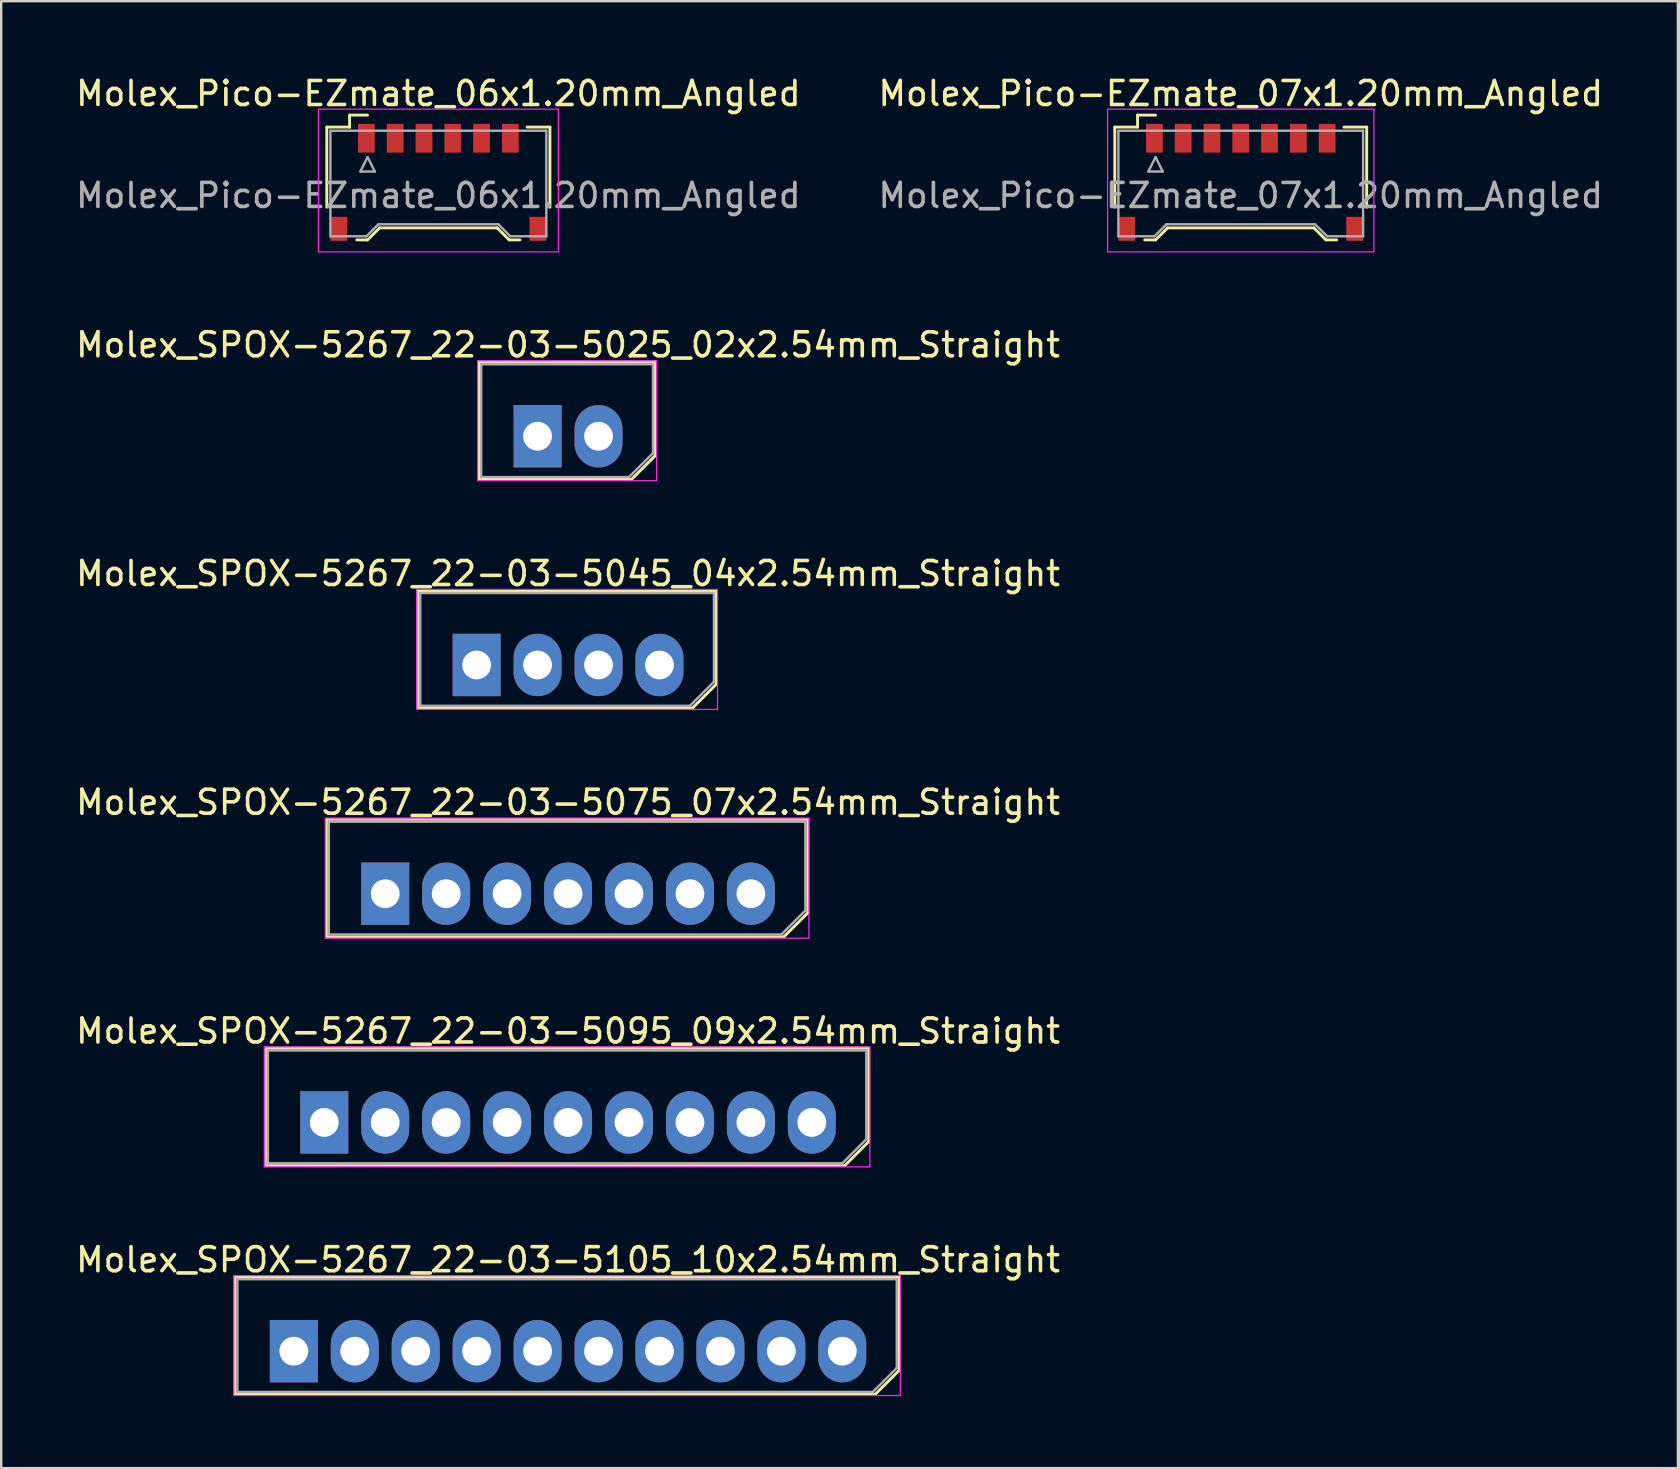
<source format=kicad_pcb>
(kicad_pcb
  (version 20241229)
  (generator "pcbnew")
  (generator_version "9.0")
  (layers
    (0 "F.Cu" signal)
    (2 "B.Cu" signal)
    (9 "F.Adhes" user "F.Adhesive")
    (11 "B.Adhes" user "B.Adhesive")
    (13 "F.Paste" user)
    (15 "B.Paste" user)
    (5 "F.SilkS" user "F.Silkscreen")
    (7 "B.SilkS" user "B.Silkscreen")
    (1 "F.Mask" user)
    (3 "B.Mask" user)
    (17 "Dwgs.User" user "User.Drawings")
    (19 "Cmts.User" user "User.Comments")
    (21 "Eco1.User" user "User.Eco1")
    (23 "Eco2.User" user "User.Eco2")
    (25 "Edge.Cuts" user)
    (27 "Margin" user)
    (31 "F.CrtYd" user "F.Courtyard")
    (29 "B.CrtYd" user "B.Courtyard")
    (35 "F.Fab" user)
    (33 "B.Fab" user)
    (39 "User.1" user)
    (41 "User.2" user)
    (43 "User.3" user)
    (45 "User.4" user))
  (footprint "Molex_SPOX-5267_22-03-5105_10x2.54mm_Straight"
    (layer "F.Cu")
    (at 9.195 53.264)
    (property "Reference" "Molex_SPOX-5267_22-03-5105_10x2.54mm_Straight" (at 11.43 -3.81 0) (layer "F.SilkS") (effects (font (size 1 1) (thickness 0.15))))
    (attr through_hole)
    (fp_line (start -2.45 -3.1) (end -2.45 1.8) (stroke (width 0.12) (type solid)) (layer "F.SilkS"))
    (fp_line (start -2.45 1.8) (end 24.23 1.8) (stroke (width 0.12) (type solid)) (layer "F.SilkS"))
    (fp_line (start 24.23 1.8) (end 25.23 0.8) (stroke (width 0.12) (type solid)) (layer "F.SilkS"))
    (fp_line (start 25.23 -3.1) (end -2.45 -3.1) (stroke (width 0.12) (type solid)) (layer "F.SilkS"))
    (fp_line (start 25.23 0.8) (end 25.23 -3.1) (stroke (width 0.12) (type solid)) (layer "F.SilkS"))
    (fp_line (start -2.5 -3.15) (end 25.28 -3.15) (stroke (width 0.05) (type solid)) (layer "F.CrtYd"))
    (fp_line (start -2.5 1.85) (end -2.5 -3.15) (stroke (width 0.05) (type solid)) (layer "F.CrtYd"))
    (fp_line (start 25.28 -3.15) (end 25.28 1.85) (stroke (width 0.05) (type solid)) (layer "F.CrtYd"))
    (fp_line (start 25.28 1.85) (end -2.5 1.85) (stroke (width 0.05) (type solid)) (layer "F.CrtYd"))
    (fp_line (start -2.35 -3) (end -2.35 1.7) (stroke (width 0.1) (type solid)) (layer "F.Fab"))
    (fp_line (start -2.35 1.7) (end 24.13 1.7) (stroke (width 0.1) (type solid)) (layer "F.Fab"))
    (fp_line (start 24.13 1.7) (end 25.13 0.7) (stroke (width 0.1) (type solid)) (layer "F.Fab"))
    (fp_line (start 25.13 -3) (end -2.35 -3) (stroke (width 0.1) (type solid)) (layer "F.Fab"))
    (fp_line (start 25.13 0.7) (end 25.13 -3) (stroke (width 0.1) (type solid)) (layer "F.Fab"))
    (pad "1" thru_hole rect (at 0 0) (size 2 2.6) (drill 1.2) (layers "*.Cu" "*.Mask"))
    (pad "2" thru_hole oval (at 2.54 0) (size 2 2.6) (drill 1.2) (layers "*.Cu" "*.Mask"))
    (pad "3" thru_hole oval (at 5.08 0) (size 2 2.6) (drill 1.2) (layers "*.Cu" "*.Mask"))
    (pad "4" thru_hole oval (at 7.62 0) (size 2 2.6) (drill 1.2) (layers "*.Cu" "*.Mask"))
    (pad "5" thru_hole oval (at 10.16 0) (size 2 2.6) (drill 1.2) (layers "*.Cu" "*.Mask"))
    (pad "6" thru_hole oval (at 12.7 0) (size 2 2.6) (drill 1.2) (layers "*.Cu" "*.Mask"))
    (pad "7" thru_hole oval (at 15.24 0) (size 2 2.6) (drill 1.2) (layers "*.Cu" "*.Mask"))
    (pad "8" thru_hole oval (at 17.78 0) (size 2 2.6) (drill 1.2) (layers "*.Cu" "*.Mask"))
    (pad "9" thru_hole oval (at 20.32 0) (size 2 2.6) (drill 1.2) (layers "*.Cu" "*.Mask"))
    (pad "10" thru_hole oval (at 22.86 0) (size 2 2.6) (drill 1.2) (layers "*.Cu" "*.Mask")))
  (footprint "Molex_Pico-EZmate_06x1.20mm_Angled"
    (layer "F.Cu")
    (at 15.22 4.598)
    (property "Reference" "Molex_Pico-EZmate_06x1.20mm_Angled" (at 0 -3.75 0) (layer "F.SilkS") (effects (font (size 1 1) (thickness 0.15))))
    (attr smd)
    (fp_line (start -4.65 -2.35) (end -4.65 0.988) (stroke (width 0.12) (type solid)) (layer "F.SilkS"))
    (fp_line (start -3.7 -2.85) (end -2.95 -2.85) (stroke (width 0.12) (type solid)) (layer "F.SilkS"))
    (fp_line (start -3.7 -2.35) (end -4.65 -2.35) (stroke (width 0.12) (type solid)) (layer "F.SilkS"))
    (fp_line (start -3.7 -2.35) (end -3.7 -2.85) (stroke (width 0.12) (type solid)) (layer "F.SilkS"))
    (fp_line (start -3.4 2.35) (end -2.95 2.35) (stroke (width 0.12) (type solid)) (layer "F.SilkS"))
    (fp_line (start -2.95 2.35) (end -2.45 1.85) (stroke (width 0.12) (type solid)) (layer "F.SilkS"))
    (fp_line (start -2.45 1.85) (end 2.45 1.85) (stroke (width 0.12) (type solid)) (layer "F.SilkS"))
    (fp_line (start 2.45 1.85) (end 2.95 2.35) (stroke (width 0.12) (type solid)) (layer "F.SilkS"))
    (fp_line (start 2.95 2.35) (end 3.4 2.35) (stroke (width 0.12) (type solid)) (layer "F.SilkS"))
    (fp_line (start 3.7 -2.35) (end 4.65 -2.35) (stroke (width 0.12) (type solid)) (layer "F.SilkS"))
    (fp_line (start 4.65 -2.35) (end 4.65 0.988) (stroke (width 0.12) (type solid)) (layer "F.SilkS"))
    (fp_line (start -5 -3.1) (end -5 2.85) (stroke (width 0.05) (type solid)) (layer "F.CrtYd"))
    (fp_line (start -5 2.85) (end 5 2.85) (stroke (width 0.05) (type solid)) (layer "F.CrtYd"))
    (fp_line (start 5 -3.1) (end -5 -3.1) (stroke (width 0.05) (type solid)) (layer "F.CrtYd"))
    (fp_line (start 5 2.85) (end 5 -3.1) (stroke (width 0.05) (type solid)) (layer "F.CrtYd"))
    (fp_line (start -4.5 -2.2) (end -4.5 2.2) (stroke (width 0.1) (type solid)) (layer "F.Fab"))
    (fp_line (start -4.5 2.2) (end -3 2.2) (stroke (width 0.1) (type solid)) (layer "F.Fab"))
    (fp_line (start -3.25 -0.5) (end -2.65 -0.5) (stroke (width 0.1) (type solid)) (layer "F.Fab"))
    (fp_line (start -3 2.2) (end -2.5 1.7) (stroke (width 0.1) (type solid)) (layer "F.Fab"))
    (fp_line (start -2.95 -1.1) (end -3.25 -0.5) (stroke (width 0.1) (type solid)) (layer "F.Fab"))
    (fp_line (start -2.65 -0.5) (end -2.95 -1.1) (stroke (width 0.1) (type solid)) (layer "F.Fab"))
    (fp_line (start -2.5 1.7) (end 2.5 1.7) (stroke (width 0.1) (type solid)) (layer "F.Fab"))
    (fp_line (start 2.5 1.7) (end 3 2.2) (stroke (width 0.1) (type solid)) (layer "F.Fab"))
    (fp_line (start 3 2.2) (end 4.5 2.2) (stroke (width 0.1) (type solid)) (layer "F.Fab"))
    (fp_line (start 4.5 -2.2) (end -4.5 -2.2) (stroke (width 0.1) (type solid)) (layer "F.Fab"))
    (fp_line (start 4.5 2.2) (end 4.5 -2.2) (stroke (width 0.1) (type solid)) (layer "F.Fab"))
    (fp_text user "${REFERENCE}" (at 0 0.5 0) (layer "F.Fab") (effects (font (size 1 1) (thickness 0.15))))
    (pad "" smd rect (at -4.15 1.887) (size 0.7 1) (layers "F.Cu" "F.Mask" "F.Paste"))
    (pad "" smd rect (at 4.15 1.887) (size 0.7 1) (layers "F.Cu" "F.Mask" "F.Paste"))
    (pad "1" smd rect (at -3 -1.887) (size 0.7 1.2) (layers "F.Cu" "F.Mask" "F.Paste"))
    (pad "2" smd rect (at -1.8 -1.887) (size 0.7 1.2) (layers "F.Cu" "F.Mask" "F.Paste"))
    (pad "3" smd rect (at -0.6 -1.887) (size 0.7 1.2) (layers "F.Cu" "F.Mask" "F.Paste"))
    (pad "4" smd rect (at 0.6 -1.887) (size 0.7 1.2) (layers "F.Cu" "F.Mask" "F.Paste"))
    (pad "5" smd rect (at 1.8 -1.887) (size 0.7 1.2) (layers "F.Cu" "F.Mask" "F.Paste"))
    (pad "6" smd rect (at 3 -1.887) (size 0.7 1.2) (layers "F.Cu" "F.Mask" "F.Paste")))
  (footprint "Molex_SPOX-5267_22-03-5095_09x2.54mm_Straight"
    (layer "F.Cu")
    (at 10.465 43.731)
    (property "Reference" "Molex_SPOX-5267_22-03-5095_09x2.54mm_Straight" (at 10.16 -3.81 0) (layer "F.SilkS") (effects (font (size 1 1) (thickness 0.15))))
    (attr through_hole)
    (fp_line (start -2.45 -3.1) (end -2.45 1.8) (stroke (width 0.12) (type solid)) (layer "F.SilkS"))
    (fp_line (start -2.45 1.8) (end 21.69 1.8) (stroke (width 0.12) (type solid)) (layer "F.SilkS"))
    (fp_line (start 21.69 1.8) (end 22.69 0.8) (stroke (width 0.12) (type solid)) (layer "F.SilkS"))
    (fp_line (start 22.69 -3.1) (end -2.45 -3.1) (stroke (width 0.12) (type solid)) (layer "F.SilkS"))
    (fp_line (start 22.69 0.8) (end 22.69 -3.1) (stroke (width 0.12) (type solid)) (layer "F.SilkS"))
    (fp_line (start -2.5 -3.15) (end 22.74 -3.15) (stroke (width 0.05) (type solid)) (layer "F.CrtYd"))
    (fp_line (start -2.5 1.85) (end -2.5 -3.15) (stroke (width 0.05) (type solid)) (layer "F.CrtYd"))
    (fp_line (start 22.74 -3.15) (end 22.74 1.85) (stroke (width 0.05) (type solid)) (layer "F.CrtYd"))
    (fp_line (start 22.74 1.85) (end -2.5 1.85) (stroke (width 0.05) (type solid)) (layer "F.CrtYd"))
    (fp_line (start -2.35 -3) (end -2.35 1.7) (stroke (width 0.1) (type solid)) (layer "F.Fab"))
    (fp_line (start -2.35 1.7) (end 21.59 1.7) (stroke (width 0.1) (type solid)) (layer "F.Fab"))
    (fp_line (start 21.59 1.7) (end 22.59 0.7) (stroke (width 0.1) (type solid)) (layer "F.Fab"))
    (fp_line (start 22.59 -3) (end -2.35 -3) (stroke (width 0.1) (type solid)) (layer "F.Fab"))
    (fp_line (start 22.59 0.7) (end 22.59 -3) (stroke (width 0.1) (type solid)) (layer "F.Fab"))
    (pad "1" thru_hole rect (at 0 0) (size 2 2.6) (drill 1.2) (layers "*.Cu" "*.Mask"))
    (pad "2" thru_hole oval (at 2.54 0) (size 2 2.6) (drill 1.2) (layers "*.Cu" "*.Mask"))
    (pad "3" thru_hole oval (at 5.08 0) (size 2 2.6) (drill 1.2) (layers "*.Cu" "*.Mask"))
    (pad "4" thru_hole oval (at 7.62 0) (size 2 2.6) (drill 1.2) (layers "*.Cu" "*.Mask"))
    (pad "5" thru_hole oval (at 10.16 0) (size 2 2.6) (drill 1.2) (layers "*.Cu" "*.Mask"))
    (pad "6" thru_hole oval (at 12.7 0) (size 2 2.6) (drill 1.2) (layers "*.Cu" "*.Mask"))
    (pad "7" thru_hole oval (at 15.24 0) (size 2 2.6) (drill 1.2) (layers "*.Cu" "*.Mask"))
    (pad "8" thru_hole oval (at 17.78 0) (size 2 2.6) (drill 1.2) (layers "*.Cu" "*.Mask"))
    (pad "9" thru_hole oval (at 20.32 0) (size 2 2.6) (drill 1.2) (layers "*.Cu" "*.Mask")))
  (footprint "Molex_SPOX-5267_22-03-5045_04x2.54mm_Straight"
    (layer "F.Cu")
    (at 16.815 24.665)
    (property "Reference" "Molex_SPOX-5267_22-03-5045_04x2.54mm_Straight" (at 3.81 -3.81 0) (layer "F.SilkS") (effects (font (size 1 1) (thickness 0.15))))
    (attr through_hole)
    (fp_line (start -2.45 -3.1) (end -2.45 1.8) (stroke (width 0.12) (type solid)) (layer "F.SilkS"))
    (fp_line (start -2.45 1.8) (end 8.99 1.8) (stroke (width 0.12) (type solid)) (layer "F.SilkS"))
    (fp_line (start 8.99 1.8) (end 9.99 0.8) (stroke (width 0.12) (type solid)) (layer "F.SilkS"))
    (fp_line (start 9.99 -3.1) (end -2.45 -3.1) (stroke (width 0.12) (type solid)) (layer "F.SilkS"))
    (fp_line (start 9.99 0.8) (end 9.99 -3.1) (stroke (width 0.12) (type solid)) (layer "F.SilkS"))
    (fp_line (start -2.5 -3.15) (end 10.04 -3.15) (stroke (width 0.05) (type solid)) (layer "F.CrtYd"))
    (fp_line (start -2.5 1.85) (end -2.5 -3.15) (stroke (width 0.05) (type solid)) (layer "F.CrtYd"))
    (fp_line (start 10.04 -3.15) (end 10.04 1.85) (stroke (width 0.05) (type solid)) (layer "F.CrtYd"))
    (fp_line (start 10.04 1.85) (end -2.5 1.85) (stroke (width 0.05) (type solid)) (layer "F.CrtYd"))
    (fp_line (start -2.35 -3) (end -2.35 1.7) (stroke (width 0.1) (type solid)) (layer "F.Fab"))
    (fp_line (start -2.35 1.7) (end 8.89 1.7) (stroke (width 0.1) (type solid)) (layer "F.Fab"))
    (fp_line (start 8.89 1.7) (end 9.89 0.7) (stroke (width 0.1) (type solid)) (layer "F.Fab"))
    (fp_line (start 9.89 -3) (end -2.35 -3) (stroke (width 0.1) (type solid)) (layer "F.Fab"))
    (fp_line (start 9.89 0.7) (end 9.89 -3) (stroke (width 0.1) (type solid)) (layer "F.Fab"))
    (pad "1" thru_hole rect (at 0 0) (size 2 2.6) (drill 1.2) (layers "*.Cu" "*.Mask"))
    (pad "2" thru_hole oval (at 2.54 0) (size 2 2.6) (drill 1.2) (layers "*.Cu" "*.Mask"))
    (pad "3" thru_hole oval (at 5.08 0) (size 2 2.6) (drill 1.2) (layers "*.Cu" "*.Mask"))
    (pad "4" thru_hole oval (at 7.62 0) (size 2 2.6) (drill 1.2) (layers "*.Cu" "*.Mask")))
  (footprint "Molex_SPOX-5267_22-03-5075_07x2.54mm_Straight"
    (layer "F.Cu")
    (at 13.005 34.198)
    (property "Reference" "Molex_SPOX-5267_22-03-5075_07x2.54mm_Straight" (at 7.62 -3.81 0) (layer "F.SilkS") (effects (font (size 1 1) (thickness 0.15))))
    (attr through_hole)
    (fp_line (start -2.45 -3.1) (end -2.45 1.8) (stroke (width 0.12) (type solid)) (layer "F.SilkS"))
    (fp_line (start -2.45 1.8) (end 16.61 1.8) (stroke (width 0.12) (type solid)) (layer "F.SilkS"))
    (fp_line (start 16.61 1.8) (end 17.61 0.8) (stroke (width 0.12) (type solid)) (layer "F.SilkS"))
    (fp_line (start 17.61 -3.1) (end -2.45 -3.1) (stroke (width 0.12) (type solid)) (layer "F.SilkS"))
    (fp_line (start 17.61 0.8) (end 17.61 -3.1) (stroke (width 0.12) (type solid)) (layer "F.SilkS"))
    (fp_line (start -2.5 -3.15) (end 17.66 -3.15) (stroke (width 0.05) (type solid)) (layer "F.CrtYd"))
    (fp_line (start -2.5 1.85) (end -2.5 -3.15) (stroke (width 0.05) (type solid)) (layer "F.CrtYd"))
    (fp_line (start 17.66 -3.15) (end 17.66 1.85) (stroke (width 0.05) (type solid)) (layer "F.CrtYd"))
    (fp_line (start 17.66 1.85) (end -2.5 1.85) (stroke (width 0.05) (type solid)) (layer "F.CrtYd"))
    (fp_line (start -2.35 -3) (end -2.35 1.7) (stroke (width 0.1) (type solid)) (layer "F.Fab"))
    (fp_line (start -2.35 1.7) (end 16.51 1.7) (stroke (width 0.1) (type solid)) (layer "F.Fab"))
    (fp_line (start 16.51 1.7) (end 17.51 0.7) (stroke (width 0.1) (type solid)) (layer "F.Fab"))
    (fp_line (start 17.51 -3) (end -2.35 -3) (stroke (width 0.1) (type solid)) (layer "F.Fab"))
    (fp_line (start 17.51 0.7) (end 17.51 -3) (stroke (width 0.1) (type solid)) (layer "F.Fab"))
    (pad "1" thru_hole rect (at 0 0) (size 2 2.6) (drill 1.2) (layers "*.Cu" "*.Mask"))
    (pad "2" thru_hole oval (at 2.54 0) (size 2 2.6) (drill 1.2) (layers "*.Cu" "*.Mask"))
    (pad "3" thru_hole oval (at 5.08 0) (size 2 2.6) (drill 1.2) (layers "*.Cu" "*.Mask"))
    (pad "4" thru_hole oval (at 7.62 0) (size 2 2.6) (drill 1.2) (layers "*.Cu" "*.Mask"))
    (pad "5" thru_hole oval (at 10.16 0) (size 2 2.6) (drill 1.2) (layers "*.Cu" "*.Mask"))
    (pad "6" thru_hole oval (at 12.7 0) (size 2 2.6) (drill 1.2) (layers "*.Cu" "*.Mask"))
    (pad "7" thru_hole oval (at 15.24 0) (size 2 2.6) (drill 1.2) (layers "*.Cu" "*.Mask")))
  (footprint "Molex_SPOX-5267_22-03-5025_02x2.54mm_Straight"
    (layer "F.Cu")
    (at 19.355 15.132)
    (property "Reference" "Molex_SPOX-5267_22-03-5025_02x2.54mm_Straight" (at 1.27 -3.81 0) (layer "F.SilkS") (effects (font (size 1 1) (thickness 0.15))))
    (attr through_hole)
    (fp_line (start -2.45 -3.1) (end -2.45 1.8) (stroke (width 0.12) (type solid)) (layer "F.SilkS"))
    (fp_line (start -2.45 1.8) (end 3.91 1.8) (stroke (width 0.12) (type solid)) (layer "F.SilkS"))
    (fp_line (start 3.91 1.8) (end 4.91 0.8) (stroke (width 0.12) (type solid)) (layer "F.SilkS"))
    (fp_line (start 4.91 -3.1) (end -2.45 -3.1) (stroke (width 0.12) (type solid)) (layer "F.SilkS"))
    (fp_line (start 4.91 0.8) (end 4.91 -3.1) (stroke (width 0.12) (type solid)) (layer "F.SilkS"))
    (fp_line (start -2.5 -3.15) (end 4.96 -3.15) (stroke (width 0.05) (type solid)) (layer "F.CrtYd"))
    (fp_line (start -2.5 1.85) (end -2.5 -3.15) (stroke (width 0.05) (type solid)) (layer "F.CrtYd"))
    (fp_line (start 4.96 -3.15) (end 4.96 1.85) (stroke (width 0.05) (type solid)) (layer "F.CrtYd"))
    (fp_line (start 4.96 1.85) (end -2.5 1.85) (stroke (width 0.05) (type solid)) (layer "F.CrtYd"))
    (fp_line (start -2.35 -3) (end -2.35 1.7) (stroke (width 0.1) (type solid)) (layer "F.Fab"))
    (fp_line (start -2.35 1.7) (end 3.81 1.7) (stroke (width 0.1) (type solid)) (layer "F.Fab"))
    (fp_line (start 3.81 1.7) (end 4.81 0.7) (stroke (width 0.1) (type solid)) (layer "F.Fab"))
    (fp_line (start 4.81 -3) (end -2.35 -3) (stroke (width 0.1) (type solid)) (layer "F.Fab"))
    (fp_line (start 4.81 0.7) (end 4.81 -3) (stroke (width 0.1) (type solid)) (layer "F.Fab"))
    (pad "1" thru_hole rect (at 0 0) (size 2 2.6) (drill 1.2) (layers "*.Cu" "*.Mask"))
    (pad "2" thru_hole oval (at 2.54 0) (size 2 2.6) (drill 1.2) (layers "*.Cu" "*.Mask")))
  (footprint "Molex_Pico-EZmate_07x1.20mm_Angled"
    (layer "F.Cu")
    (at 48.661 4.598)
    (property "Reference" "Molex_Pico-EZmate_07x1.20mm_Angled" (at 0 -3.75 0) (layer "F.SilkS") (effects (font (size 1 1) (thickness 0.15))))
    (attr smd)
    (fp_line (start -5.25 -2.35) (end -5.25 0.988) (stroke (width 0.12) (type solid)) (layer "F.SilkS"))
    (fp_line (start -4.3 -2.85) (end -3.55 -2.85) (stroke (width 0.12) (type solid)) (layer "F.SilkS"))
    (fp_line (start -4.3 -2.35) (end -5.25 -2.35) (stroke (width 0.12) (type solid)) (layer "F.SilkS"))
    (fp_line (start -4.3 -2.35) (end -4.3 -2.85) (stroke (width 0.12) (type solid)) (layer "F.SilkS"))
    (fp_line (start -4 2.35) (end -3.55 2.35) (stroke (width 0.12) (type solid)) (layer "F.SilkS"))
    (fp_line (start -3.55 2.35) (end -3.05 1.85) (stroke (width 0.12) (type solid)) (layer "F.SilkS"))
    (fp_line (start -3.05 1.85) (end 3.05 1.85) (stroke (width 0.12) (type solid)) (layer "F.SilkS"))
    (fp_line (start 3.05 1.85) (end 3.55 2.35) (stroke (width 0.12) (type solid)) (layer "F.SilkS"))
    (fp_line (start 3.55 2.35) (end 4 2.35) (stroke (width 0.12) (type solid)) (layer "F.SilkS"))
    (fp_line (start 4.3 -2.35) (end 5.25 -2.35) (stroke (width 0.12) (type solid)) (layer "F.SilkS"))
    (fp_line (start 5.25 -2.35) (end 5.25 0.988) (stroke (width 0.12) (type solid)) (layer "F.SilkS"))
    (fp_line (start -5.55 -3.1) (end -5.55 2.85) (stroke (width 0.05) (type solid)) (layer "F.CrtYd"))
    (fp_line (start -5.55 2.85) (end 5.55 2.85) (stroke (width 0.05) (type solid)) (layer "F.CrtYd"))
    (fp_line (start 5.55 -3.1) (end -5.55 -3.1) (stroke (width 0.05) (type solid)) (layer "F.CrtYd"))
    (fp_line (start 5.55 2.85) (end 5.55 -3.1) (stroke (width 0.05) (type solid)) (layer "F.CrtYd"))
    (fp_line (start -5.1 -2.2) (end -5.1 2.2) (stroke (width 0.1) (type solid)) (layer "F.Fab"))
    (fp_line (start -5.1 2.2) (end -3.6 2.2) (stroke (width 0.1) (type solid)) (layer "F.Fab"))
    (fp_line (start -3.85 -0.5) (end -3.25 -0.5) (stroke (width 0.1) (type solid)) (layer "F.Fab"))
    (fp_line (start -3.6 2.2) (end -3.1 1.7) (stroke (width 0.1) (type solid)) (layer "F.Fab"))
    (fp_line (start -3.55 -1.1) (end -3.85 -0.5) (stroke (width 0.1) (type solid)) (layer "F.Fab"))
    (fp_line (start -3.25 -0.5) (end -3.55 -1.1) (stroke (width 0.1) (type solid)) (layer "F.Fab"))
    (fp_line (start -3.1 1.7) (end 3.1 1.7) (stroke (width 0.1) (type solid)) (layer "F.Fab"))
    (fp_line (start 3.1 1.7) (end 3.6 2.2) (stroke (width 0.1) (type solid)) (layer "F.Fab"))
    (fp_line (start 3.6 2.2) (end 5.1 2.2) (stroke (width 0.1) (type solid)) (layer "F.Fab"))
    (fp_line (start 5.1 -2.2) (end -5.1 -2.2) (stroke (width 0.1) (type solid)) (layer "F.Fab"))
    (fp_line (start 5.1 2.2) (end 5.1 -2.2) (stroke (width 0.1) (type solid)) (layer "F.Fab"))
    (fp_text user "${REFERENCE}" (at 0 0.5 0) (layer "F.Fab") (effects (font (size 1 1) (thickness 0.15))))
    (pad "" smd rect (at -4.75 1.887) (size 0.7 1) (layers "F.Cu" "F.Mask" "F.Paste"))
    (pad "" smd rect (at 4.75 1.887) (size 0.7 1) (layers "F.Cu" "F.Mask" "F.Paste"))
    (pad "1" smd rect (at -3.6 -1.887) (size 0.7 1.2) (layers "F.Cu" "F.Mask" "F.Paste"))
    (pad "2" smd rect (at -2.4 -1.887) (size 0.7 1.2) (layers "F.Cu" "F.Mask" "F.Paste"))
    (pad "3" smd rect (at -1.2 -1.887) (size 0.7 1.2) (layers "F.Cu" "F.Mask" "F.Paste"))
    (pad "4" smd rect (at 0 -1.887) (size 0.7 1.2) (layers "F.Cu" "F.Mask" "F.Paste"))
    (pad "5" smd rect (at 1.2 -1.887) (size 0.7 1.2) (layers "F.Cu" "F.Mask" "F.Paste"))
    (pad "6" smd rect (at 2.4 -1.887) (size 0.7 1.2) (layers "F.Cu" "F.Mask" "F.Paste"))
    (pad "7" smd rect (at 3.6 -1.887) (size 0.7 1.2) (layers "F.Cu" "F.Mask" "F.Paste")))
  (gr_rect
    (start -3 -3)
    (end 66.881 58.139)
    (stroke (width 0.1) (type default))
    (fill no)
    (layer "Edge.Cuts")))
</source>
